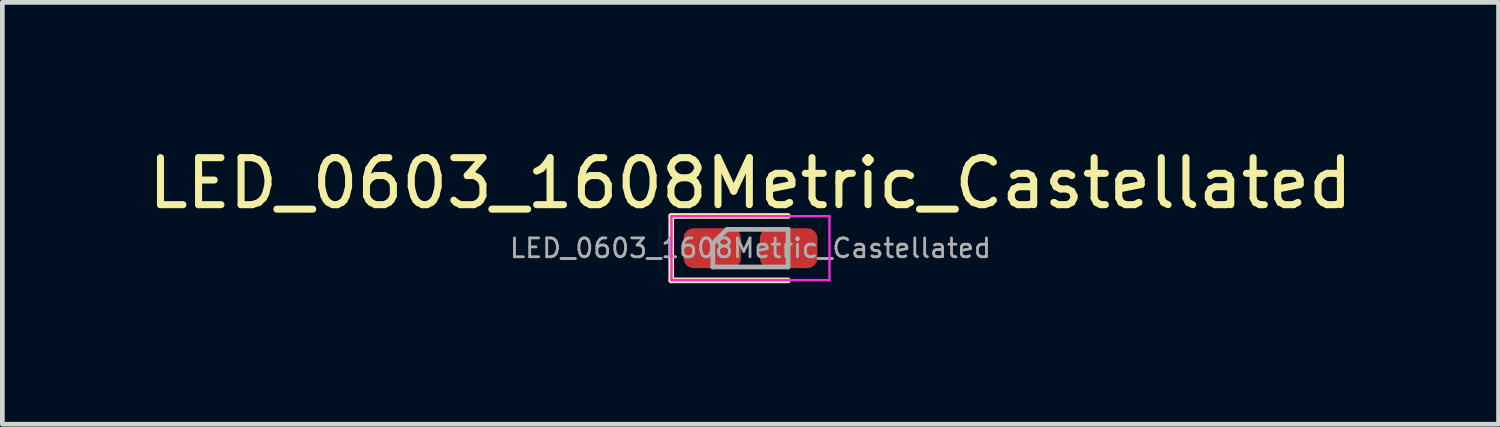
<source format=kicad_pcb>
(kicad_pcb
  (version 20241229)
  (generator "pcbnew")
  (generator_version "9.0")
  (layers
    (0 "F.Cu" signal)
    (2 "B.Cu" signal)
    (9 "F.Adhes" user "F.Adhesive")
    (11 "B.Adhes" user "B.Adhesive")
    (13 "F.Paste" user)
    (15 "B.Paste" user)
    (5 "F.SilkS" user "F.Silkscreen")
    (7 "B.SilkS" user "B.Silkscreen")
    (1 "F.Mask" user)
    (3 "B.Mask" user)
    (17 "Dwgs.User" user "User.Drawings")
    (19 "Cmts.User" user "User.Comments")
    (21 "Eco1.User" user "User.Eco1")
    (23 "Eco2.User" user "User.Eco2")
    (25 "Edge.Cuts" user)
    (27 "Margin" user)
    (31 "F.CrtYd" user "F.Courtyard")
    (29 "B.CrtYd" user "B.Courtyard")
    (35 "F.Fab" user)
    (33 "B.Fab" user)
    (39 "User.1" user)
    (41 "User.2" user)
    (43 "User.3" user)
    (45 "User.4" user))
  (footprint "LED_0603_1608Metric_Castellated"
    (layer "F.Cu")
    (at 12.911 2.228)
    (property "Reference" "LED_0603_1608Metric_Castellated" (at 0 -1.38 0) (layer "F.SilkS") (effects (font (size 1 1) (thickness 0.15))))
    (attr smd)
    (fp_line (start -1.685 -0.685) (end -1.685 0.685) (stroke (width 0.12) (type solid)) (layer "F.SilkS"))
    (fp_line (start -1.685 0.685) (end 0.8 0.685) (stroke (width 0.12) (type solid)) (layer "F.SilkS"))
    (fp_line (start 0.8 -0.685) (end -1.685 -0.685) (stroke (width 0.12) (type solid)) (layer "F.SilkS"))
    (fp_line (start -1.68 -0.68) (end 1.68 -0.68) (stroke (width 0.05) (type solid)) (layer "F.CrtYd"))
    (fp_line (start -1.68 0.68) (end -1.68 -0.68) (stroke (width 0.05) (type solid)) (layer "F.CrtYd"))
    (fp_line (start 1.68 -0.68) (end 1.68 0.68) (stroke (width 0.05) (type solid)) (layer "F.CrtYd"))
    (fp_line (start 1.68 0.68) (end -1.68 0.68) (stroke (width 0.05) (type solid)) (layer "F.CrtYd"))
    (fp_line (start -0.8 -0.1) (end -0.8 0.4) (stroke (width 0.1) (type solid)) (layer "F.Fab"))
    (fp_line (start -0.8 0.4) (end 0.8 0.4) (stroke (width 0.1) (type solid)) (layer "F.Fab"))
    (fp_line (start -0.5 -0.4) (end -0.8 -0.1) (stroke (width 0.1) (type solid)) (layer "F.Fab"))
    (fp_line (start 0.8 -0.4) (end -0.5 -0.4) (stroke (width 0.1) (type solid)) (layer "F.Fab"))
    (fp_line (start 0.8 0.4) (end 0.8 -0.4) (stroke (width 0.1) (type solid)) (layer "F.Fab"))
    (fp_text user "${REFERENCE}" (at 0 0 0) (layer "F.Fab") (effects (font (size 0.4 0.4) (thickness 0.06))))
    (pad "1" smd roundrect (at -0.812 0) (size 1.225 0.85) (layers "F.Cu" "F.Mask" "F.Paste") (roundrect_rratio 0.25))
    (pad "2" smd roundrect (at 0.812 0) (size 1.225 0.85) (layers "F.Cu" "F.Mask" "F.Paste") (roundrect_rratio 0.25)))
  (gr_rect
    (start -3 -3)
    (end 28.821 5.973)
    (stroke (width 0.1) (type default))
    (fill no)
    (layer "Edge.Cuts")))
</source>
